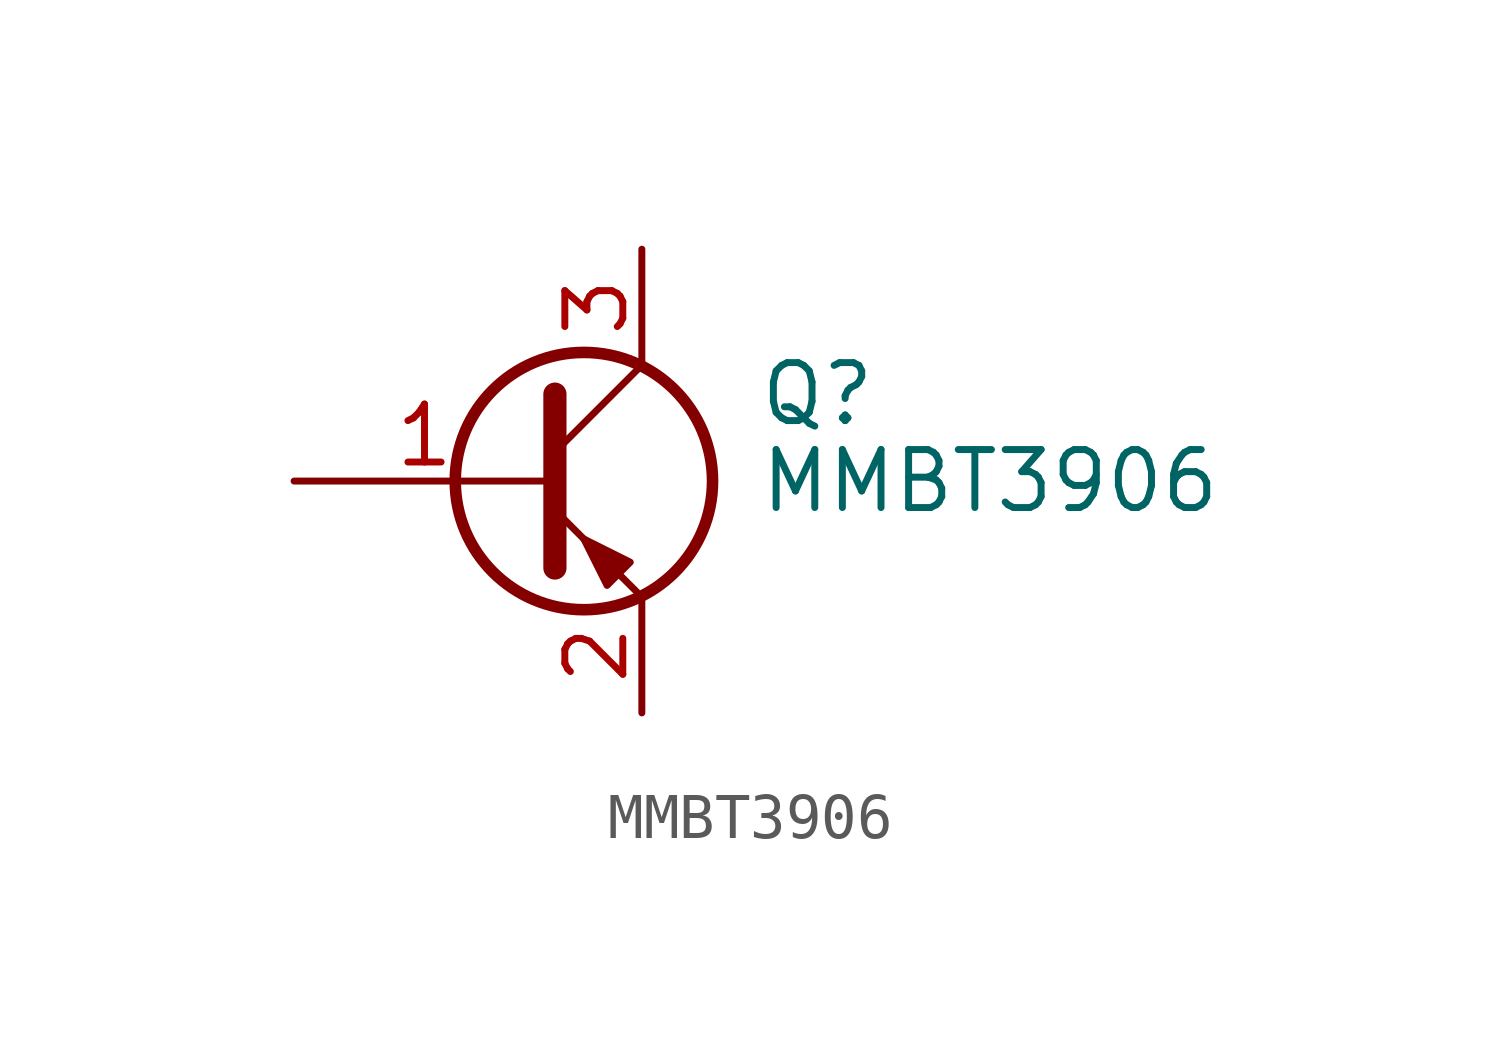
<source format=kicad_sym>
(kicad_symbol_lib
  (version 20211014)
  (generator kicad_symbol_editor)
  (symbol "MMBT3906"
    (pin_names
      (offset 0) hide)
    (property "Reference" "Q"
      (at 5.08 1.905 0)
      (effects (font (size 1.27 1.27)) (justify left)))
    (property "Value" "MMBT3906"
      (at 5.08 0 0)
      (effects (font (size 1.27 1.27)) (justify left)))
    (symbol "MMBT3906_0_1"
      (polyline (pts (xy 0.635 0.635) (xy 2.54 2.54)) (stroke (width 0) (type default) (color 0 0 0 0)) (fill (type none)))
      (polyline (pts (xy 0.635 -0.635) (xy 2.54 -2.54) (xy 2.54 -2.54)) (stroke (width 0) (type default) (color 0 0 0 0)) (fill (type none)))
      (polyline (pts (xy 0.635 1.905) (xy 0.635 -1.905) (xy 0.635 -1.905)) (stroke (width 0.508) (type default) (color 0 0 0 0)) (fill (type none)))
      (polyline (pts (xy 2.286 -1.778) (xy 1.778 -2.286) (xy 1.27 -1.27) (xy 2.286 -1.778) (xy 2.286 -1.778)) (stroke (width 0) (type default) (color 0 0 0 0)) (fill (type outline)))
      (circle (center 1.27 0) (radius 2.819) (stroke (width 0.254) (type default) (color 0 0 0 0)) (fill (type none))))
    (symbol "MMBT3906_1_1"
      (pin input line (at -5.08 0 0) (length 5.715) (name "B" (effects (font (size 1.27 1.27)))) (number "1" (effects (font (size 1.27 1.27)))))
      (pin passive line (at 2.54 -5.08 90) (length 2.54) (name "E" (effects (font (size 1.27 1.27)))) (number "2" (effects (font (size 1.27 1.27)))))
      (pin passive line (at 2.54 5.08 270) (length 2.54) (name "C" (effects (font (size 1.27 1.27)))) (number "3" (effects (font (size 1.27 1.27))))))))
</source>
